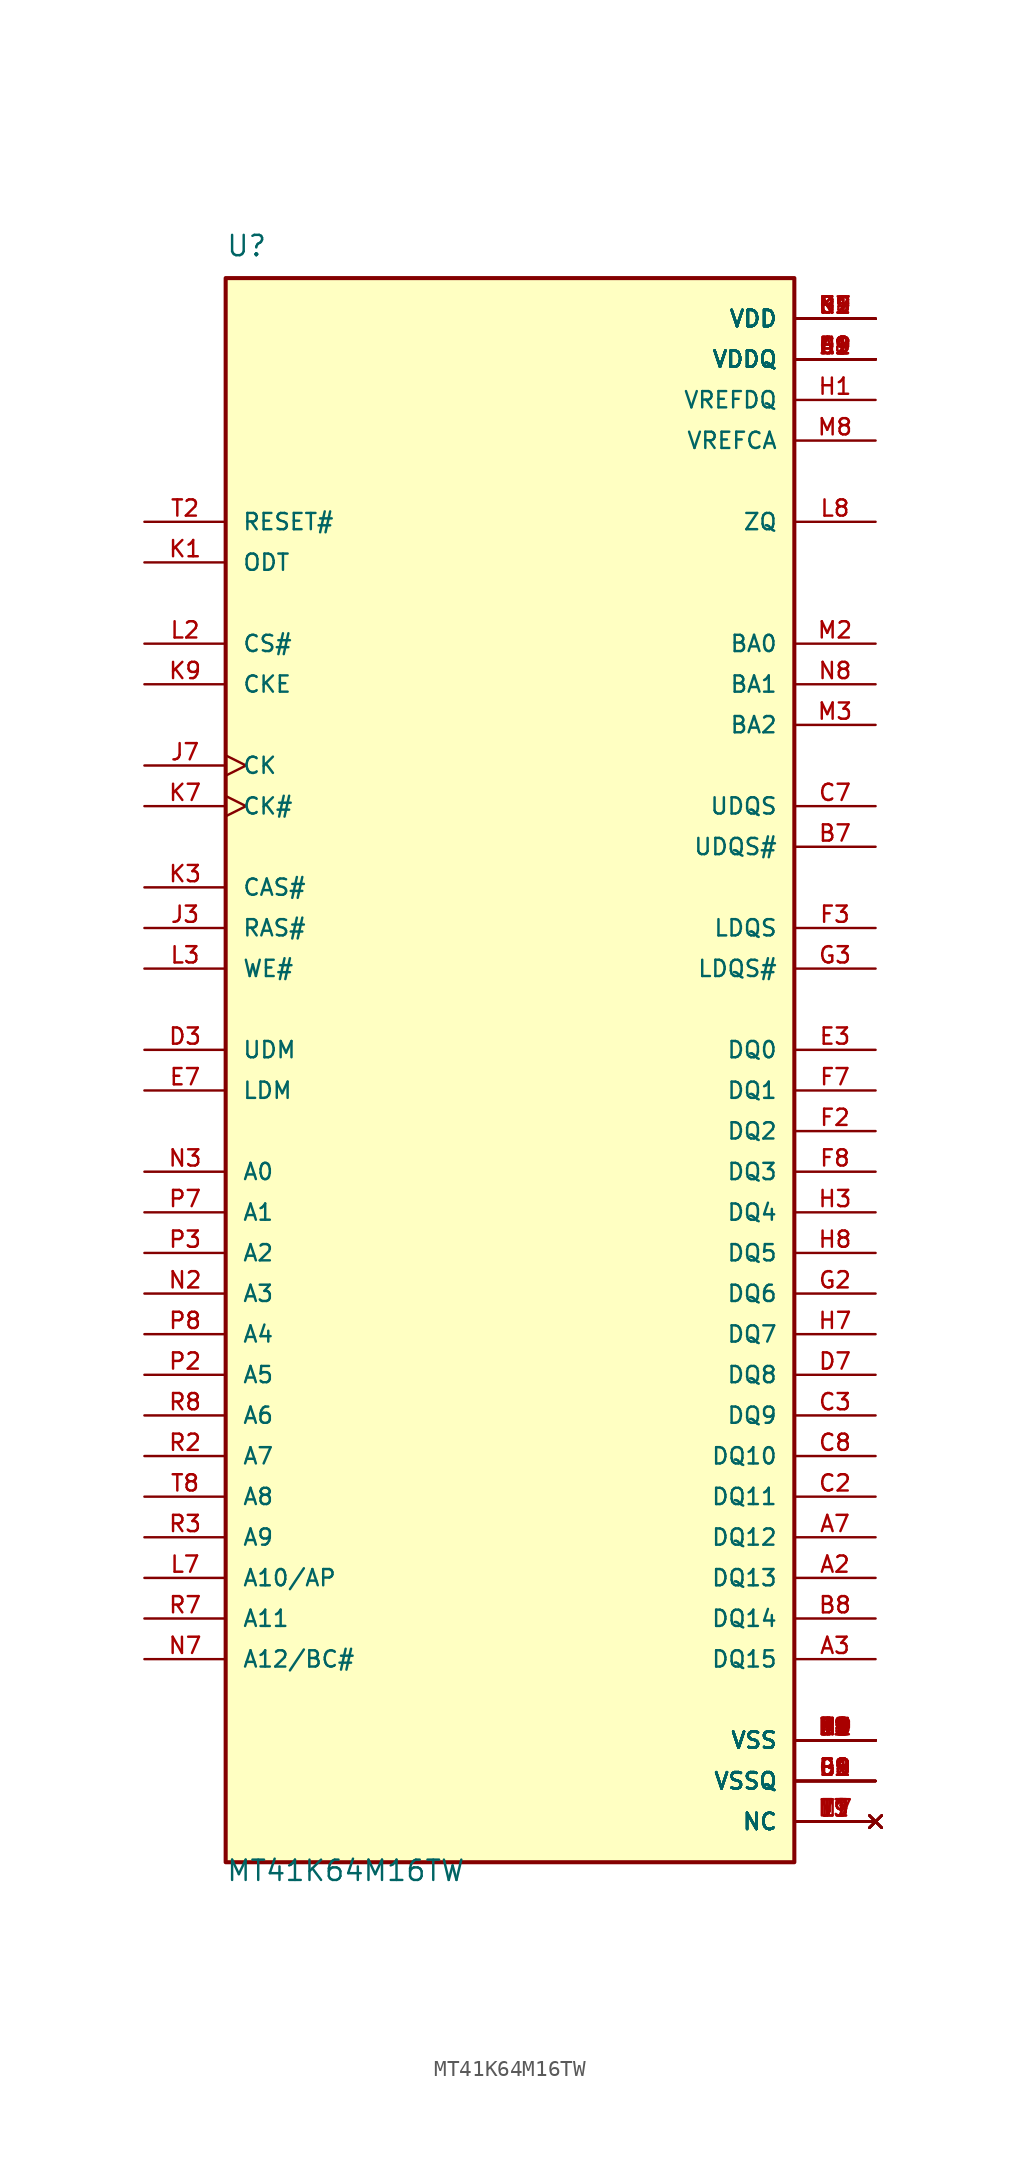
<source format=kicad_sym>
(kicad_symbol_lib
  (version 20220914)
  (generator kicad_symbol_editor)
  (symbol "MT41K64M16TW"
    (pin_names
      (offset 1.016))
    (property "Reference" "U"
      (at -17.78 52.07 0)
      (effects (font (size 1.27 1.27)) (justify left bottom)))
    (property "Value" "MT41K64M16TW"
      (at -17.78 -49.53 0)
      (effects (font (size 1.27 1.27)) (justify left bottom)))
    (property "ki_locked" ""
      (at 0 0 0)
      (effects (font (size 1.27 1.27))))
    (symbol "MT41K64M16TW_0_0"
      (rectangle (start -17.78 -48.26) (end 17.78 50.8) (stroke (width 0.254) (type solid)) (fill (type background)))
      (pin power_in line (at 22.86 45.72 180) (length 5.08) (name "VDDQ" (effects (font (size 1.016 1.016)))) (number "A1" (effects (font (size 1.016 1.016)))))
      (pin bidirectional line (at 22.86 -30.48 180) (length 5.08) (name "DQ13" (effects (font (size 1.016 1.016)))) (number "A2" (effects (font (size 1.016 1.016)))))
      (pin bidirectional line (at 22.86 -35.56 180) (length 5.08) (name "DQ15" (effects (font (size 1.016 1.016)))) (number "A3" (effects (font (size 1.016 1.016)))))
      (pin bidirectional line (at 22.86 -27.94 180) (length 5.08) (name "DQ12" (effects (font (size 1.016 1.016)))) (number "A7" (effects (font (size 1.016 1.016)))))
      (pin power_in line (at 22.86 45.72 180) (length 5.08) (name "VDDQ" (effects (font (size 1.016 1.016)))) (number "A8" (effects (font (size 1.016 1.016)))))
      (pin power_in line (at 22.86 -40.64 180) (length 5.08) (name "VSS" (effects (font (size 1.016 1.016)))) (number "A9" (effects (font (size 1.016 1.016)))))
      (pin power_in line (at 22.86 -43.18 180) (length 5.08) (name "VSSQ" (effects (font (size 1.016 1.016)))) (number "B1" (effects (font (size 1.016 1.016)))))
      (pin power_in line (at 22.86 48.26 180) (length 5.08) (name "VDD" (effects (font (size 1.016 1.016)))) (number "B2" (effects (font (size 1.016 1.016)))))
      (pin power_in line (at 22.86 -40.64 180) (length 5.08) (name "VSS" (effects (font (size 1.016 1.016)))) (number "B3" (effects (font (size 1.016 1.016)))))
      (pin bidirectional line (at 22.86 15.24 180) (length 5.08) (name "UDQS#" (effects (font (size 1.016 1.016)))) (number "B7" (effects (font (size 1.016 1.016)))))
      (pin bidirectional line (at 22.86 -33.02 180) (length 5.08) (name "DQ14" (effects (font (size 1.016 1.016)))) (number "B8" (effects (font (size 1.016 1.016)))))
      (pin power_in line (at 22.86 -43.18 180) (length 5.08) (name "VSSQ" (effects (font (size 1.016 1.016)))) (number "B9" (effects (font (size 1.016 1.016)))))
      (pin power_in line (at 22.86 45.72 180) (length 5.08) (name "VDDQ" (effects (font (size 1.016 1.016)))) (number "C1" (effects (font (size 1.016 1.016)))))
      (pin bidirectional line (at 22.86 -25.4 180) (length 5.08) (name "DQ11" (effects (font (size 1.016 1.016)))) (number "C2" (effects (font (size 1.016 1.016)))))
      (pin bidirectional line (at 22.86 -20.32 180) (length 5.08) (name "DQ9" (effects (font (size 1.016 1.016)))) (number "C3" (effects (font (size 1.016 1.016)))))
      (pin bidirectional line (at 22.86 17.78 180) (length 5.08) (name "UDQS" (effects (font (size 1.016 1.016)))) (number "C7" (effects (font (size 1.016 1.016)))))
      (pin bidirectional line (at 22.86 -22.86 180) (length 5.08) (name "DQ10" (effects (font (size 1.016 1.016)))) (number "C8" (effects (font (size 1.016 1.016)))))
      (pin power_in line (at 22.86 45.72 180) (length 5.08) (name "VDDQ" (effects (font (size 1.016 1.016)))) (number "C9" (effects (font (size 1.016 1.016)))))
      (pin power_in line (at 22.86 -43.18 180) (length 5.08) (name "VSSQ" (effects (font (size 1.016 1.016)))) (number "D1" (effects (font (size 1.016 1.016)))))
      (pin power_in line (at 22.86 45.72 180) (length 5.08) (name "VDDQ" (effects (font (size 1.016 1.016)))) (number "D2" (effects (font (size 1.016 1.016)))))
      (pin input line (at -22.86 2.54 0) (length 5.08) (name "UDM" (effects (font (size 1.016 1.016)))) (number "D3" (effects (font (size 1.016 1.016)))))
      (pin bidirectional line (at 22.86 -17.78 180) (length 5.08) (name "DQ8" (effects (font (size 1.016 1.016)))) (number "D7" (effects (font (size 1.016 1.016)))))
      (pin power_in line (at 22.86 -43.18 180) (length 5.08) (name "VSSQ" (effects (font (size 1.016 1.016)))) (number "D8" (effects (font (size 1.016 1.016)))))
      (pin power_in line (at 22.86 48.26 180) (length 5.08) (name "VDD" (effects (font (size 1.016 1.016)))) (number "D9" (effects (font (size 1.016 1.016)))))
      (pin power_in line (at 22.86 -40.64 180) (length 5.08) (name "VSS" (effects (font (size 1.016 1.016)))) (number "E1" (effects (font (size 1.016 1.016)))))
      (pin power_in line (at 22.86 -43.18 180) (length 5.08) (name "VSSQ" (effects (font (size 1.016 1.016)))) (number "E2" (effects (font (size 1.016 1.016)))))
      (pin bidirectional line (at 22.86 2.54 180) (length 5.08) (name "DQ0" (effects (font (size 1.016 1.016)))) (number "E3" (effects (font (size 1.016 1.016)))))
      (pin input line (at -22.86 0 0) (length 5.08) (name "LDM" (effects (font (size 1.016 1.016)))) (number "E7" (effects (font (size 1.016 1.016)))))
      (pin power_in line (at 22.86 -43.18 180) (length 5.08) (name "VSSQ" (effects (font (size 1.016 1.016)))) (number "E8" (effects (font (size 1.016 1.016)))))
      (pin power_in line (at 22.86 45.72 180) (length 5.08) (name "VDDQ" (effects (font (size 1.016 1.016)))) (number "E9" (effects (font (size 1.016 1.016)))))
      (pin power_in line (at 22.86 45.72 180) (length 5.08) (name "VDDQ" (effects (font (size 1.016 1.016)))) (number "F1" (effects (font (size 1.016 1.016)))))
      (pin bidirectional line (at 22.86 -2.54 180) (length 5.08) (name "DQ2" (effects (font (size 1.016 1.016)))) (number "F2" (effects (font (size 1.016 1.016)))))
      (pin bidirectional line (at 22.86 10.16 180) (length 5.08) (name "LDQS" (effects (font (size 1.016 1.016)))) (number "F3" (effects (font (size 1.016 1.016)))))
      (pin bidirectional line (at 22.86 0 180) (length 5.08) (name "DQ1" (effects (font (size 1.016 1.016)))) (number "F7" (effects (font (size 1.016 1.016)))))
      (pin bidirectional line (at 22.86 -5.08 180) (length 5.08) (name "DQ3" (effects (font (size 1.016 1.016)))) (number "F8" (effects (font (size 1.016 1.016)))))
      (pin power_in line (at 22.86 -43.18 180) (length 5.08) (name "VSSQ" (effects (font (size 1.016 1.016)))) (number "F9" (effects (font (size 1.016 1.016)))))
      (pin power_in line (at 22.86 -43.18 180) (length 5.08) (name "VSSQ" (effects (font (size 1.016 1.016)))) (number "G1" (effects (font (size 1.016 1.016)))))
      (pin bidirectional line (at 22.86 -12.7 180) (length 5.08) (name "DQ6" (effects (font (size 1.016 1.016)))) (number "G2" (effects (font (size 1.016 1.016)))))
      (pin bidirectional line (at 22.86 7.62 180) (length 5.08) (name "LDQS#" (effects (font (size 1.016 1.016)))) (number "G3" (effects (font (size 1.016 1.016)))))
      (pin power_in line (at 22.86 48.26 180) (length 5.08) (name "VDD" (effects (font (size 1.016 1.016)))) (number "G7" (effects (font (size 1.016 1.016)))))
      (pin power_in line (at 22.86 -40.64 180) (length 5.08) (name "VSS" (effects (font (size 1.016 1.016)))) (number "G8" (effects (font (size 1.016 1.016)))))
      (pin power_in line (at 22.86 -43.18 180) (length 5.08) (name "VSSQ" (effects (font (size 1.016 1.016)))) (number "G9" (effects (font (size 1.016 1.016)))))
      (pin power_in line (at 22.86 43.18 180) (length 5.08) (name "VREFDQ" (effects (font (size 1.016 1.016)))) (number "H1" (effects (font (size 1.016 1.016)))))
      (pin power_in line (at 22.86 45.72 180) (length 5.08) (name "VDDQ" (effects (font (size 1.016 1.016)))) (number "H2" (effects (font (size 1.016 1.016)))))
      (pin bidirectional line (at 22.86 -7.62 180) (length 5.08) (name "DQ4" (effects (font (size 1.016 1.016)))) (number "H3" (effects (font (size 1.016 1.016)))))
      (pin bidirectional line (at 22.86 -15.24 180) (length 5.08) (name "DQ7" (effects (font (size 1.016 1.016)))) (number "H7" (effects (font (size 1.016 1.016)))))
      (pin bidirectional line (at 22.86 -10.16 180) (length 5.08) (name "DQ5" (effects (font (size 1.016 1.016)))) (number "H8" (effects (font (size 1.016 1.016)))))
      (pin power_in line (at 22.86 45.72 180) (length 5.08) (name "VDDQ" (effects (font (size 1.016 1.016)))) (number "H9" (effects (font (size 1.016 1.016)))))
      (pin no_connect line (at 22.86 -45.72 180) (length 5.08) (name "NC" (effects (font (size 1.016 1.016)))) (number "J1" (effects (font (size 1.016 1.016)))))
      (pin power_in line (at 22.86 -40.64 180) (length 5.08) (name "VSS" (effects (font (size 1.016 1.016)))) (number "J2" (effects (font (size 1.016 1.016)))))
      (pin input line (at -22.86 10.16 0) (length 5.08) (name "RAS#" (effects (font (size 1.016 1.016)))) (number "J3" (effects (font (size 1.016 1.016)))))
      (pin input clock (at -22.86 20.32 0) (length 5.08) (name "CK" (effects (font (size 1.016 1.016)))) (number "J7" (effects (font (size 1.016 1.016)))))
      (pin power_in line (at 22.86 -40.64 180) (length 5.08) (name "VSS" (effects (font (size 1.016 1.016)))) (number "J8" (effects (font (size 1.016 1.016)))))
      (pin no_connect line (at 22.86 -45.72 180) (length 5.08) (name "NC" (effects (font (size 1.016 1.016)))) (number "J9" (effects (font (size 1.016 1.016)))))
      (pin input line (at -22.86 33.02 0) (length 5.08) (name "ODT" (effects (font (size 1.016 1.016)))) (number "K1" (effects (font (size 1.016 1.016)))))
      (pin power_in line (at 22.86 48.26 180) (length 5.08) (name "VDD" (effects (font (size 1.016 1.016)))) (number "K2" (effects (font (size 1.016 1.016)))))
      (pin input line (at -22.86 12.7 0) (length 5.08) (name "CAS#" (effects (font (size 1.016 1.016)))) (number "K3" (effects (font (size 1.016 1.016)))))
      (pin input clock (at -22.86 17.78 0) (length 5.08) (name "CK#" (effects (font (size 1.016 1.016)))) (number "K7" (effects (font (size 1.016 1.016)))))
      (pin power_in line (at 22.86 48.26 180) (length 5.08) (name "VDD" (effects (font (size 1.016 1.016)))) (number "K8" (effects (font (size 1.016 1.016)))))
      (pin input line (at -22.86 25.4 0) (length 5.08) (name "CKE" (effects (font (size 1.016 1.016)))) (number "K9" (effects (font (size 1.016 1.016)))))
      (pin no_connect line (at 22.86 -45.72 180) (length 5.08) (name "NC" (effects (font (size 1.016 1.016)))) (number "L1" (effects (font (size 1.016 1.016)))))
      (pin input line (at -22.86 27.94 0) (length 5.08) (name "CS#" (effects (font (size 1.016 1.016)))) (number "L2" (effects (font (size 1.016 1.016)))))
      (pin input line (at -22.86 7.62 0) (length 5.08) (name "WE#" (effects (font (size 1.016 1.016)))) (number "L3" (effects (font (size 1.016 1.016)))))
      (pin input line (at -22.86 -30.48 0) (length 5.08) (name "A10/AP" (effects (font (size 1.016 1.016)))) (number "L7" (effects (font (size 1.016 1.016)))))
      (pin output line (at 22.86 35.56 180) (length 5.08) (name "ZQ" (effects (font (size 1.016 1.016)))) (number "L8" (effects (font (size 1.016 1.016)))))
      (pin no_connect line (at 22.86 -45.72 180) (length 5.08) (name "NC" (effects (font (size 1.016 1.016)))) (number "L9" (effects (font (size 1.016 1.016)))))
      (pin power_in line (at 22.86 -40.64 180) (length 5.08) (name "VSS" (effects (font (size 1.016 1.016)))) (number "M1" (effects (font (size 1.016 1.016)))))
      (pin input line (at 22.86 27.94 180) (length 5.08) (name "BA0" (effects (font (size 1.016 1.016)))) (number "M2" (effects (font (size 1.016 1.016)))))
      (pin input line (at 22.86 22.86 180) (length 5.08) (name "BA2" (effects (font (size 1.016 1.016)))) (number "M3" (effects (font (size 1.016 1.016)))))
      (pin no_connect line (at 22.86 -45.72 180) (length 5.08) (name "NC" (effects (font (size 1.016 1.016)))) (number "M7" (effects (font (size 1.016 1.016)))))
      (pin power_in line (at 22.86 40.64 180) (length 5.08) (name "VREFCA" (effects (font (size 1.016 1.016)))) (number "M8" (effects (font (size 1.016 1.016)))))
      (pin power_in line (at 22.86 -40.64 180) (length 5.08) (name "VSS" (effects (font (size 1.016 1.016)))) (number "M9" (effects (font (size 1.016 1.016)))))
      (pin power_in line (at 22.86 48.26 180) (length 5.08) (name "VDD" (effects (font (size 1.016 1.016)))) (number "N1" (effects (font (size 1.016 1.016)))))
      (pin input line (at -22.86 -12.7 0) (length 5.08) (name "A3" (effects (font (size 1.016 1.016)))) (number "N2" (effects (font (size 1.016 1.016)))))
      (pin input line (at -22.86 -5.08 0) (length 5.08) (name "A0" (effects (font (size 1.016 1.016)))) (number "N3" (effects (font (size 1.016 1.016)))))
      (pin input line (at -22.86 -35.56 0) (length 5.08) (name "A12/BC#" (effects (font (size 1.016 1.016)))) (number "N7" (effects (font (size 1.016 1.016)))))
      (pin input line (at 22.86 25.4 180) (length 5.08) (name "BA1" (effects (font (size 1.016 1.016)))) (number "N8" (effects (font (size 1.016 1.016)))))
      (pin power_in line (at 22.86 48.26 180) (length 5.08) (name "VDD" (effects (font (size 1.016 1.016)))) (number "N9" (effects (font (size 1.016 1.016)))))
      (pin power_in line (at 22.86 -40.64 180) (length 5.08) (name "VSS" (effects (font (size 1.016 1.016)))) (number "P1" (effects (font (size 1.016 1.016)))))
      (pin input line (at -22.86 -17.78 0) (length 5.08) (name "A5" (effects (font (size 1.016 1.016)))) (number "P2" (effects (font (size 1.016 1.016)))))
      (pin input line (at -22.86 -10.16 0) (length 5.08) (name "A2" (effects (font (size 1.016 1.016)))) (number "P3" (effects (font (size 1.016 1.016)))))
      (pin input line (at -22.86 -7.62 0) (length 5.08) (name "A1" (effects (font (size 1.016 1.016)))) (number "P7" (effects (font (size 1.016 1.016)))))
      (pin input line (at -22.86 -15.24 0) (length 5.08) (name "A4" (effects (font (size 1.016 1.016)))) (number "P8" (effects (font (size 1.016 1.016)))))
      (pin power_in line (at 22.86 -40.64 180) (length 5.08) (name "VSS" (effects (font (size 1.016 1.016)))) (number "P9" (effects (font (size 1.016 1.016)))))
      (pin power_in line (at 22.86 48.26 180) (length 5.08) (name "VDD" (effects (font (size 1.016 1.016)))) (number "R1" (effects (font (size 1.016 1.016)))))
      (pin input line (at -22.86 -22.86 0) (length 5.08) (name "A7" (effects (font (size 1.016 1.016)))) (number "R2" (effects (font (size 1.016 1.016)))))
      (pin input line (at -22.86 -27.94 0) (length 5.08) (name "A9" (effects (font (size 1.016 1.016)))) (number "R3" (effects (font (size 1.016 1.016)))))
      (pin input line (at -22.86 -33.02 0) (length 5.08) (name "A11" (effects (font (size 1.016 1.016)))) (number "R7" (effects (font (size 1.016 1.016)))))
      (pin input line (at -22.86 -20.32 0) (length 5.08) (name "A6" (effects (font (size 1.016 1.016)))) (number "R8" (effects (font (size 1.016 1.016)))))
      (pin power_in line (at 22.86 48.26 180) (length 5.08) (name "VDD" (effects (font (size 1.016 1.016)))) (number "R9" (effects (font (size 1.016 1.016)))))
      (pin power_in line (at 22.86 -40.64 180) (length 5.08) (name "VSS" (effects (font (size 1.016 1.016)))) (number "T1" (effects (font (size 1.016 1.016)))))
      (pin input line (at -22.86 35.56 0) (length 5.08) (name "RESET#" (effects (font (size 1.016 1.016)))) (number "T2" (effects (font (size 1.016 1.016)))))
      (pin no_connect line (at 22.86 -45.72 180) (length 5.08) (name "NC" (effects (font (size 1.016 1.016)))) (number "T3" (effects (font (size 1.016 1.016)))))
      (pin no_connect line (at 22.86 -45.72 180) (length 5.08) (name "NC" (effects (font (size 1.016 1.016)))) (number "T7" (effects (font (size 1.016 1.016)))))
      (pin input line (at -22.86 -25.4 0) (length 5.08) (name "A8" (effects (font (size 1.016 1.016)))) (number "T8" (effects (font (size 1.016 1.016)))))
      (pin power_in line (at 22.86 -40.64 180) (length 5.08) (name "VSS" (effects (font (size 1.016 1.016)))) (number "T9" (effects (font (size 1.016 1.016))))))))
</source>
